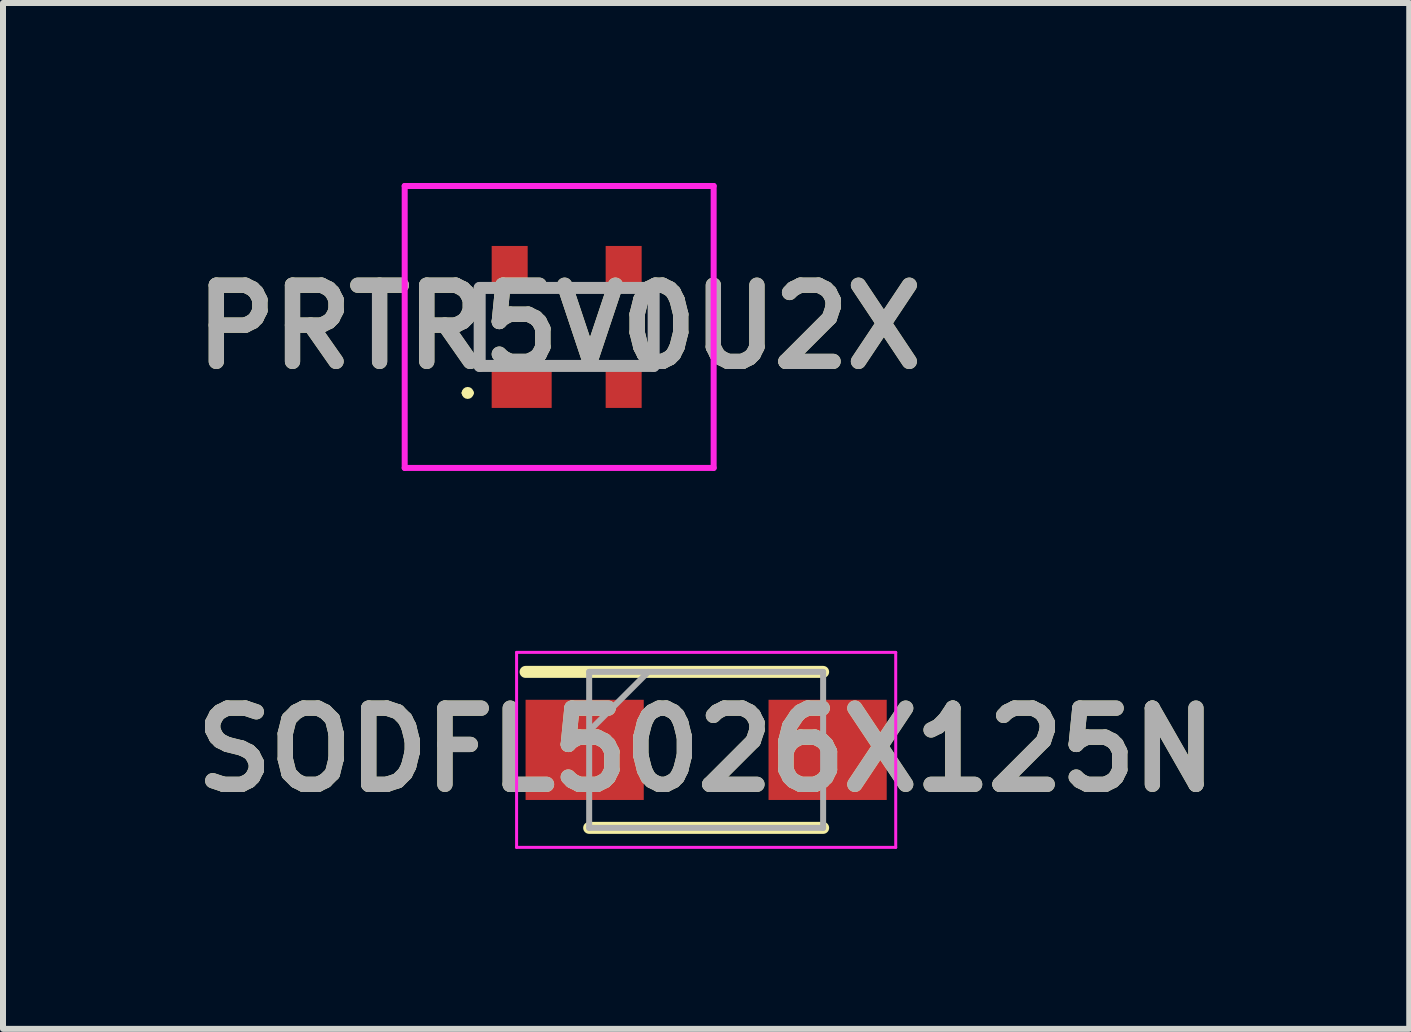
<source format=kicad_pcb>
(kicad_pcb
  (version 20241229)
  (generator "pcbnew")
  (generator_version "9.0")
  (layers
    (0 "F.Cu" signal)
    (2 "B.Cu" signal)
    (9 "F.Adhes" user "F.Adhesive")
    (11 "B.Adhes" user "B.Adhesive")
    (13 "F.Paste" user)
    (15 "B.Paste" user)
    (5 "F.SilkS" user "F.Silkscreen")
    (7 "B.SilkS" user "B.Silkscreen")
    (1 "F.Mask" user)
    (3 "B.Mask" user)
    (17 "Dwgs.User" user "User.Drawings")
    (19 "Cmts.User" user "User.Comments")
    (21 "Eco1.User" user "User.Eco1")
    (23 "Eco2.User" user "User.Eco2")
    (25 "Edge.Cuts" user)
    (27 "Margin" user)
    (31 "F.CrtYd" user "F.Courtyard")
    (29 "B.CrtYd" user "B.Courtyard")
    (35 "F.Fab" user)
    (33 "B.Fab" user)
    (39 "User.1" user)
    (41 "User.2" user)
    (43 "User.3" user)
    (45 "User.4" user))
  (footprint "SODFL5026X125N"
    (layer "F.Cu")
    (at 8.721 9.45)
    (property "Reference" "SODFL5026X125N" (at 0 0 0) (layer "F.SilkS") (effects (font (size 1.27 1.27) (thickness 0.254))))
    (attr smd)
    (fp_line (start -3.01 -1.3) (end 1.95 -1.3) (stroke (width 0.2) (type solid)) (layer "F.SilkS"))
    (fp_line (start -1.95 1.3) (end 1.95 1.3) (stroke (width 0.2) (type solid)) (layer "F.SilkS"))
    (fp_line (start -3.16 -1.625) (end 3.16 -1.625) (stroke (width 0.05) (type solid)) (layer "F.CrtYd"))
    (fp_line (start -3.16 1.625) (end -3.16 -1.625) (stroke (width 0.05) (type solid)) (layer "F.CrtYd"))
    (fp_line (start 3.16 -1.625) (end 3.16 1.625) (stroke (width 0.05) (type solid)) (layer "F.CrtYd"))
    (fp_line (start 3.16 1.625) (end -3.16 1.625) (stroke (width 0.05) (type solid)) (layer "F.CrtYd"))
    (fp_line (start -1.95 -1.3) (end 1.95 -1.3) (stroke (width 0.1) (type solid)) (layer "F.Fab"))
    (fp_line (start -1.95 -0.315) (end -0.965 -1.3) (stroke (width 0.1) (type solid)) (layer "F.Fab"))
    (fp_line (start -1.95 1.3) (end -1.95 -1.3) (stroke (width 0.1) (type solid)) (layer "F.Fab"))
    (fp_line (start 1.95 -1.3) (end 1.95 1.3) (stroke (width 0.1) (type solid)) (layer "F.Fab"))
    (fp_line (start 1.95 1.3) (end -1.95 1.3) (stroke (width 0.1) (type solid)) (layer "F.Fab"))
    (fp_text user "${REFERENCE}" (at 0 0 0) (layer "F.Fab") (effects (font (size 1.27 1.27) (thickness 0.254))))
    (pad "1" smd rect (at -2.025 0 90) (size 1.67 1.97) (layers "F.Cu" "F.Mask" "F.Paste"))
    (pad "2" smd rect (at 2.025 0 90) (size 1.67 1.97) (layers "F.Cu" "F.Mask" "F.Paste")))
  (footprint "PRTR5V0U2X"
    (layer "F.Cu")
    (at 6.396 2.4)
    (property "Reference" "PRTR5V0U2X" (at -0.125 0 0) (layer "F.SilkS") (effects (font (size 1.27 1.27) (thickness 0.254))))
    (attr smd)
    (fp_line (start -1.7 1.1) (end -1.7 1.1) (stroke (width 0.1) (type solid)) (layer "F.SilkS"))
    (fp_line (start -1.6 1.1) (end -1.6 1.1) (stroke (width 0.1) (type solid)) (layer "F.SilkS"))
    (fp_line (start -1.45 -0.65) (end -1.45 0.6) (stroke (width 0.1) (type solid)) (layer "F.SilkS"))
    (fp_line (start 1.45 -0.7) (end 1.45 0.65) (stroke (width 0.1) (type solid)) (layer "F.SilkS"))
    (fp_arc (start -1.7 1.1) (mid -1.65 1.05) (end -1.6 1.1) (stroke (width 0.1) (type solid)) (layer "F.SilkS"))
    (fp_arc (start -1.6 1.1) (mid -1.65 1.15) (end -1.7 1.1) (stroke (width 0.1) (type solid)) (layer "F.SilkS"))
    (fp_line (start -2.7 -2.35) (end 2.45 -2.35) (stroke (width 0.1) (type solid)) (layer "F.CrtYd"))
    (fp_line (start -2.7 2.35) (end -2.7 -2.35) (stroke (width 0.1) (type solid)) (layer "F.CrtYd"))
    (fp_line (start 2.45 -2.35) (end 2.45 2.35) (stroke (width 0.1) (type solid)) (layer "F.CrtYd"))
    (fp_line (start 2.45 2.35) (end -2.7 2.35) (stroke (width 0.1) (type solid)) (layer "F.CrtYd"))
    (fp_line (start -1.45 -0.65) (end 1.45 -0.65) (stroke (width 0.2) (type solid)) (layer "F.Fab"))
    (fp_line (start -1.45 0.65) (end -1.45 -0.65) (stroke (width 0.2) (type solid)) (layer "F.Fab"))
    (fp_line (start 1.45 -0.65) (end 1.45 0.65) (stroke (width 0.2) (type solid)) (layer "F.Fab"))
    (fp_line (start 1.45 0.65) (end -1.45 0.65) (stroke (width 0.2) (type solid)) (layer "F.Fab"))
    (fp_text user "${REFERENCE}" (at -0.125 0 0) (layer "F.Fab") (effects (font (size 1.27 1.27) (thickness 0.254))))
    (pad "1" smd rect (at -0.75 1 90) (size 0.7 1) (layers "F.Cu" "F.Mask" "F.Paste"))
    (pad "2" smd rect (at 0.95 1) (size 0.6 0.7) (layers "F.Cu" "F.Mask" "F.Paste"))
    (pad "3" smd rect (at 0.95 -1) (size 0.6 0.7) (layers "F.Cu" "F.Mask" "F.Paste"))
    (pad "4" smd rect (at -0.95 -1) (size 0.6 0.7) (layers "F.Cu" "F.Mask" "F.Paste")))
  (gr_rect
    (start -3 -3)
    (end 20.441 14.1)
    (stroke (width 0.1) (type default))
    (fill no)
    (layer "Edge.Cuts")))
</source>
